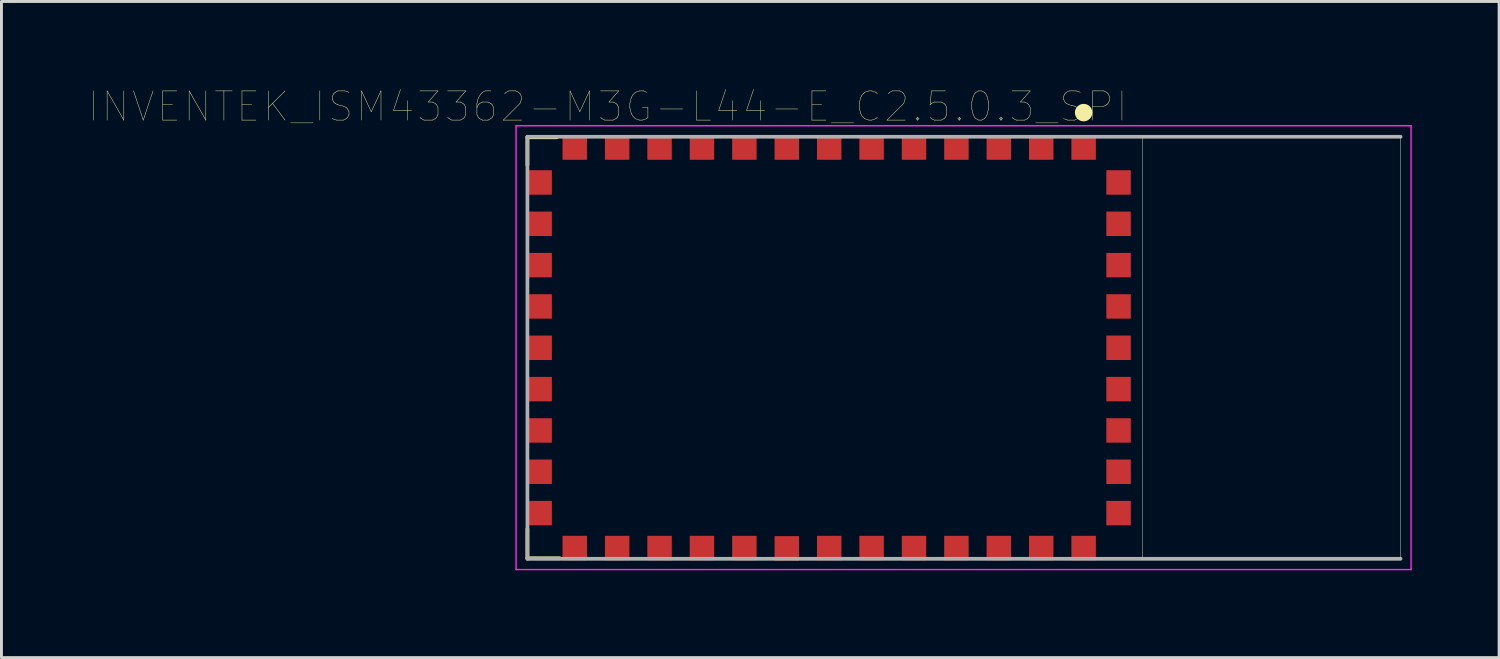
<source format=kicad_pcb>
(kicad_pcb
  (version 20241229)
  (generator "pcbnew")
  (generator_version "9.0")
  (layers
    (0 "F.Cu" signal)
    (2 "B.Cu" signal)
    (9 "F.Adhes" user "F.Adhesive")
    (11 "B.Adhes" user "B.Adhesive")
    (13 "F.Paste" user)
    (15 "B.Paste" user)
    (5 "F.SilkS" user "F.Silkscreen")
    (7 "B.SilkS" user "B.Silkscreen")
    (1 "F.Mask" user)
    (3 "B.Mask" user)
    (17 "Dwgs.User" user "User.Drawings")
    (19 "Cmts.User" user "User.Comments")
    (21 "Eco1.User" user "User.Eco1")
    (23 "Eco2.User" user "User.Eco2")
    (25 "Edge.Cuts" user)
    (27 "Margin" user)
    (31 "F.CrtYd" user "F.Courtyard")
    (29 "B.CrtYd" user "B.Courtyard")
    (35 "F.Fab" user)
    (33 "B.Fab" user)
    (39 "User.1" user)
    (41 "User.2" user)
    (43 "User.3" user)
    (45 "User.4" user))
  (footprint "INVENTEK_ISM43362-M3G-L44-E_C2.5.0.3_SPI"
    (layer "F.Cu")
    (at 30.071 8.899)
    (property "Reference" "INVENTEK_ISM43362-M3G-L44-E_C2.5.0.3_SPI" (at -12.246 -8.286 0) (layer "F.SilkS") (effects (font (size 1.003 1.003) (thickness 0.015))))
    (attr through_hole)
    (fp_line (start -15 -7.232) (end -15 -6.28) (stroke (width 0.127) (type solid)) (layer "F.SilkS"))
    (fp_line (start -15 7.232) (end -15 6.22) (stroke (width 0.127) (type solid)) (layer "F.SilkS"))
    (fp_line (start -13.99 -7.232) (end -15 -7.232) (stroke (width 0.127) (type solid)) (layer "F.SilkS"))
    (fp_line (start -13.89 7.232) (end -15 7.232) (stroke (width 0.127) (type solid)) (layer "F.SilkS"))
    (fp_circle (center 4.11 -8.08) (end 4.41 -8.08) (stroke (width 0) (type solid)) (fill yes) (layer "F.SilkS"))
    (fp_poly (pts (xy 6.132 -7.254) (xy 14.994 -7.254) (xy 14.994 7.25) (xy 6.132 7.25)) (stroke (width 0.01) (type solid)) (fill no) (layer "Dwgs.User"))
    (fp_poly (pts (xy 6.137 -7.25) (xy 14.994 -7.25) (xy 14.994 7.27) (xy 6.137 7.27)) (stroke (width 0.01) (type solid)) (fill no) (layer "Dwgs.User"))
    (fp_line (start -15.39 -7.63) (end -15.39 7.62) (stroke (width 0.05) (type solid)) (layer "F.CrtYd"))
    (fp_line (start -15.39 7.62) (end 15.36 7.62) (stroke (width 0.05) (type solid)) (layer "F.CrtYd"))
    (fp_line (start 15.36 -7.63) (end -15.39 -7.63) (stroke (width 0.05) (type solid)) (layer "F.CrtYd"))
    (fp_line (start 15.36 7.62) (end 15.36 -7.63) (stroke (width 0.05) (type solid)) (layer "F.CrtYd"))
    (fp_line (start -15 -7.25) (end -15 7.25) (stroke (width 0.127) (type solid)) (layer "F.Fab"))
    (fp_line (start -15 7.25) (end 15 7.25) (stroke (width 0.127) (type solid)) (layer "F.Fab"))
    (fp_line (start 15 -7.25) (end -15 -7.25) (stroke (width 0.127) (type solid)) (layer "F.Fab"))
    (pad "1" smd rect (at 4.11 -6.88) (size 0.84 0.84) (layers "F.Cu" "F.Mask" "F.Paste"))
    (pad "2" smd rect (at 2.653 -6.88) (size 0.84 0.84) (layers "F.Cu" "F.Mask" "F.Paste"))
    (pad "3" smd rect (at 1.196 -6.88) (size 0.84 0.84) (layers "F.Cu" "F.Mask" "F.Paste"))
    (pad "4" smd rect (at -0.261 -6.88) (size 0.84 0.84) (layers "F.Cu" "F.Mask" "F.Paste"))
    (pad "5" smd rect (at -1.718 -6.88) (size 0.84 0.84) (layers "F.Cu" "F.Mask" "F.Paste"))
    (pad "6" smd rect (at -3.175 -6.88) (size 0.84 0.84) (layers "F.Cu" "F.Mask" "F.Paste"))
    (pad "7" smd rect (at -4.632 -6.88) (size 0.84 0.84) (layers "F.Cu" "F.Mask" "F.Paste"))
    (pad "8" smd rect (at -6.089 -6.88) (size 0.84 0.84) (layers "F.Cu" "F.Mask" "F.Paste"))
    (pad "9" smd rect (at -7.546 -6.88) (size 0.84 0.84) (layers "F.Cu" "F.Mask" "F.Paste"))
    (pad "10" smd rect (at -9.003 -6.88) (size 0.84 0.84) (layers "F.Cu" "F.Mask" "F.Paste"))
    (pad "11" smd rect (at -10.46 -6.88) (size 0.84 0.84) (layers "F.Cu" "F.Mask" "F.Paste"))
    (pad "12" smd rect (at -11.917 -6.88) (size 0.84 0.84) (layers "F.Cu" "F.Mask" "F.Paste"))
    (pad "13" smd rect (at -13.374 -6.88) (size 0.84 0.84) (layers "F.Cu" "F.Mask" "F.Paste"))
    (pad "14" smd rect (at -14.58 -5.68) (size 0.84 0.84) (layers "F.Cu" "F.Mask" "F.Paste"))
    (pad "15" smd rect (at -14.58 -4.26) (size 0.84 0.84) (layers "F.Cu" "F.Mask" "F.Paste"))
    (pad "16" smd rect (at -14.58 -2.84) (size 0.84 0.84) (layers "F.Cu" "F.Mask" "F.Paste"))
    (pad "17" smd rect (at -14.58 -1.42) (size 0.84 0.84) (layers "F.Cu" "F.Mask" "F.Paste"))
    (pad "18" smd rect (at -14.58 0) (size 0.84 0.84) (layers "F.Cu" "F.Mask" "F.Paste"))
    (pad "19" smd rect (at -14.58 1.42) (size 0.84 0.84) (layers "F.Cu" "F.Mask" "F.Paste"))
    (pad "20" smd rect (at -14.58 2.84) (size 0.84 0.84) (layers "F.Cu" "F.Mask" "F.Paste"))
    (pad "21" smd rect (at -14.58 4.26) (size 0.84 0.84) (layers "F.Cu" "F.Mask" "F.Paste"))
    (pad "22" smd rect (at -14.58 5.68) (size 0.84 0.84) (layers "F.Cu" "F.Mask" "F.Paste"))
    (pad "23" smd rect (at -13.374 6.88) (size 0.84 0.84) (layers "F.Cu" "F.Mask" "F.Paste"))
    (pad "24" smd rect (at -11.917 6.88) (size 0.84 0.84) (layers "F.Cu" "F.Mask" "F.Paste"))
    (pad "25" smd rect (at -10.46 6.88) (size 0.84 0.84) (layers "F.Cu" "F.Mask" "F.Paste"))
    (pad "26" smd rect (at -9.003 6.88) (size 0.84 0.84) (layers "F.Cu" "F.Mask" "F.Paste"))
    (pad "27" smd rect (at -7.546 6.88) (size 0.84 0.84) (layers "F.Cu" "F.Mask" "F.Paste"))
    (pad "28" smd rect (at -6.089 6.89) (size 0.84 0.84) (layers "F.Cu" "F.Mask" "F.Paste"))
    (pad "29" smd rect (at -4.632 6.88) (size 0.84 0.84) (layers "F.Cu" "F.Mask" "F.Paste"))
    (pad "30" smd rect (at -3.175 6.88) (size 0.84 0.84) (layers "F.Cu" "F.Mask" "F.Paste"))
    (pad "31" smd rect (at -1.718 6.88) (size 0.84 0.84) (layers "F.Cu" "F.Mask" "F.Paste"))
    (pad "32" smd rect (at -0.261 6.88) (size 0.84 0.84) (layers "F.Cu" "F.Mask" "F.Paste"))
    (pad "33" smd rect (at 1.196 6.88) (size 0.84 0.84) (layers "F.Cu" "F.Mask" "F.Paste"))
    (pad "34" smd rect (at 2.653 6.88) (size 0.84 0.84) (layers "F.Cu" "F.Mask" "F.Paste"))
    (pad "35" smd rect (at 4.11 6.88) (size 0.84 0.84) (layers "F.Cu" "F.Mask" "F.Paste"))
    (pad "36" smd rect (at 5.31 5.68) (size 0.84 0.84) (layers "F.Cu" "F.Mask" "F.Paste"))
    (pad "37" smd rect (at 5.31 4.26) (size 0.84 0.84) (layers "F.Cu" "F.Mask" "F.Paste"))
    (pad "38" smd rect (at 5.31 2.84) (size 0.84 0.84) (layers "F.Cu" "F.Mask" "F.Paste"))
    (pad "39" smd rect (at 5.31 1.42) (size 0.84 0.84) (layers "F.Cu" "F.Mask" "F.Paste"))
    (pad "40" smd rect (at 5.31 0) (size 0.84 0.84) (layers "F.Cu" "F.Mask" "F.Paste"))
    (pad "41" smd rect (at 5.31 -1.42) (size 0.84 0.84) (layers "F.Cu" "F.Mask" "F.Paste"))
    (pad "42" smd rect (at 5.31 -2.84) (size 0.84 0.84) (layers "F.Cu" "F.Mask" "F.Paste"))
    (pad "43" smd rect (at 5.31 -4.26) (size 0.84 0.84) (layers "F.Cu" "F.Mask" "F.Paste"))
    (pad "44" smd rect (at 5.31 -5.68) (size 0.84 0.84) (layers "F.Cu" "F.Mask" "F.Paste")))
  (gr_rect
    (start -3 -3)
    (end 48.456 19.544)
    (stroke (width 0.1) (type default))
    (fill no)
    (layer "Edge.Cuts")))
</source>
